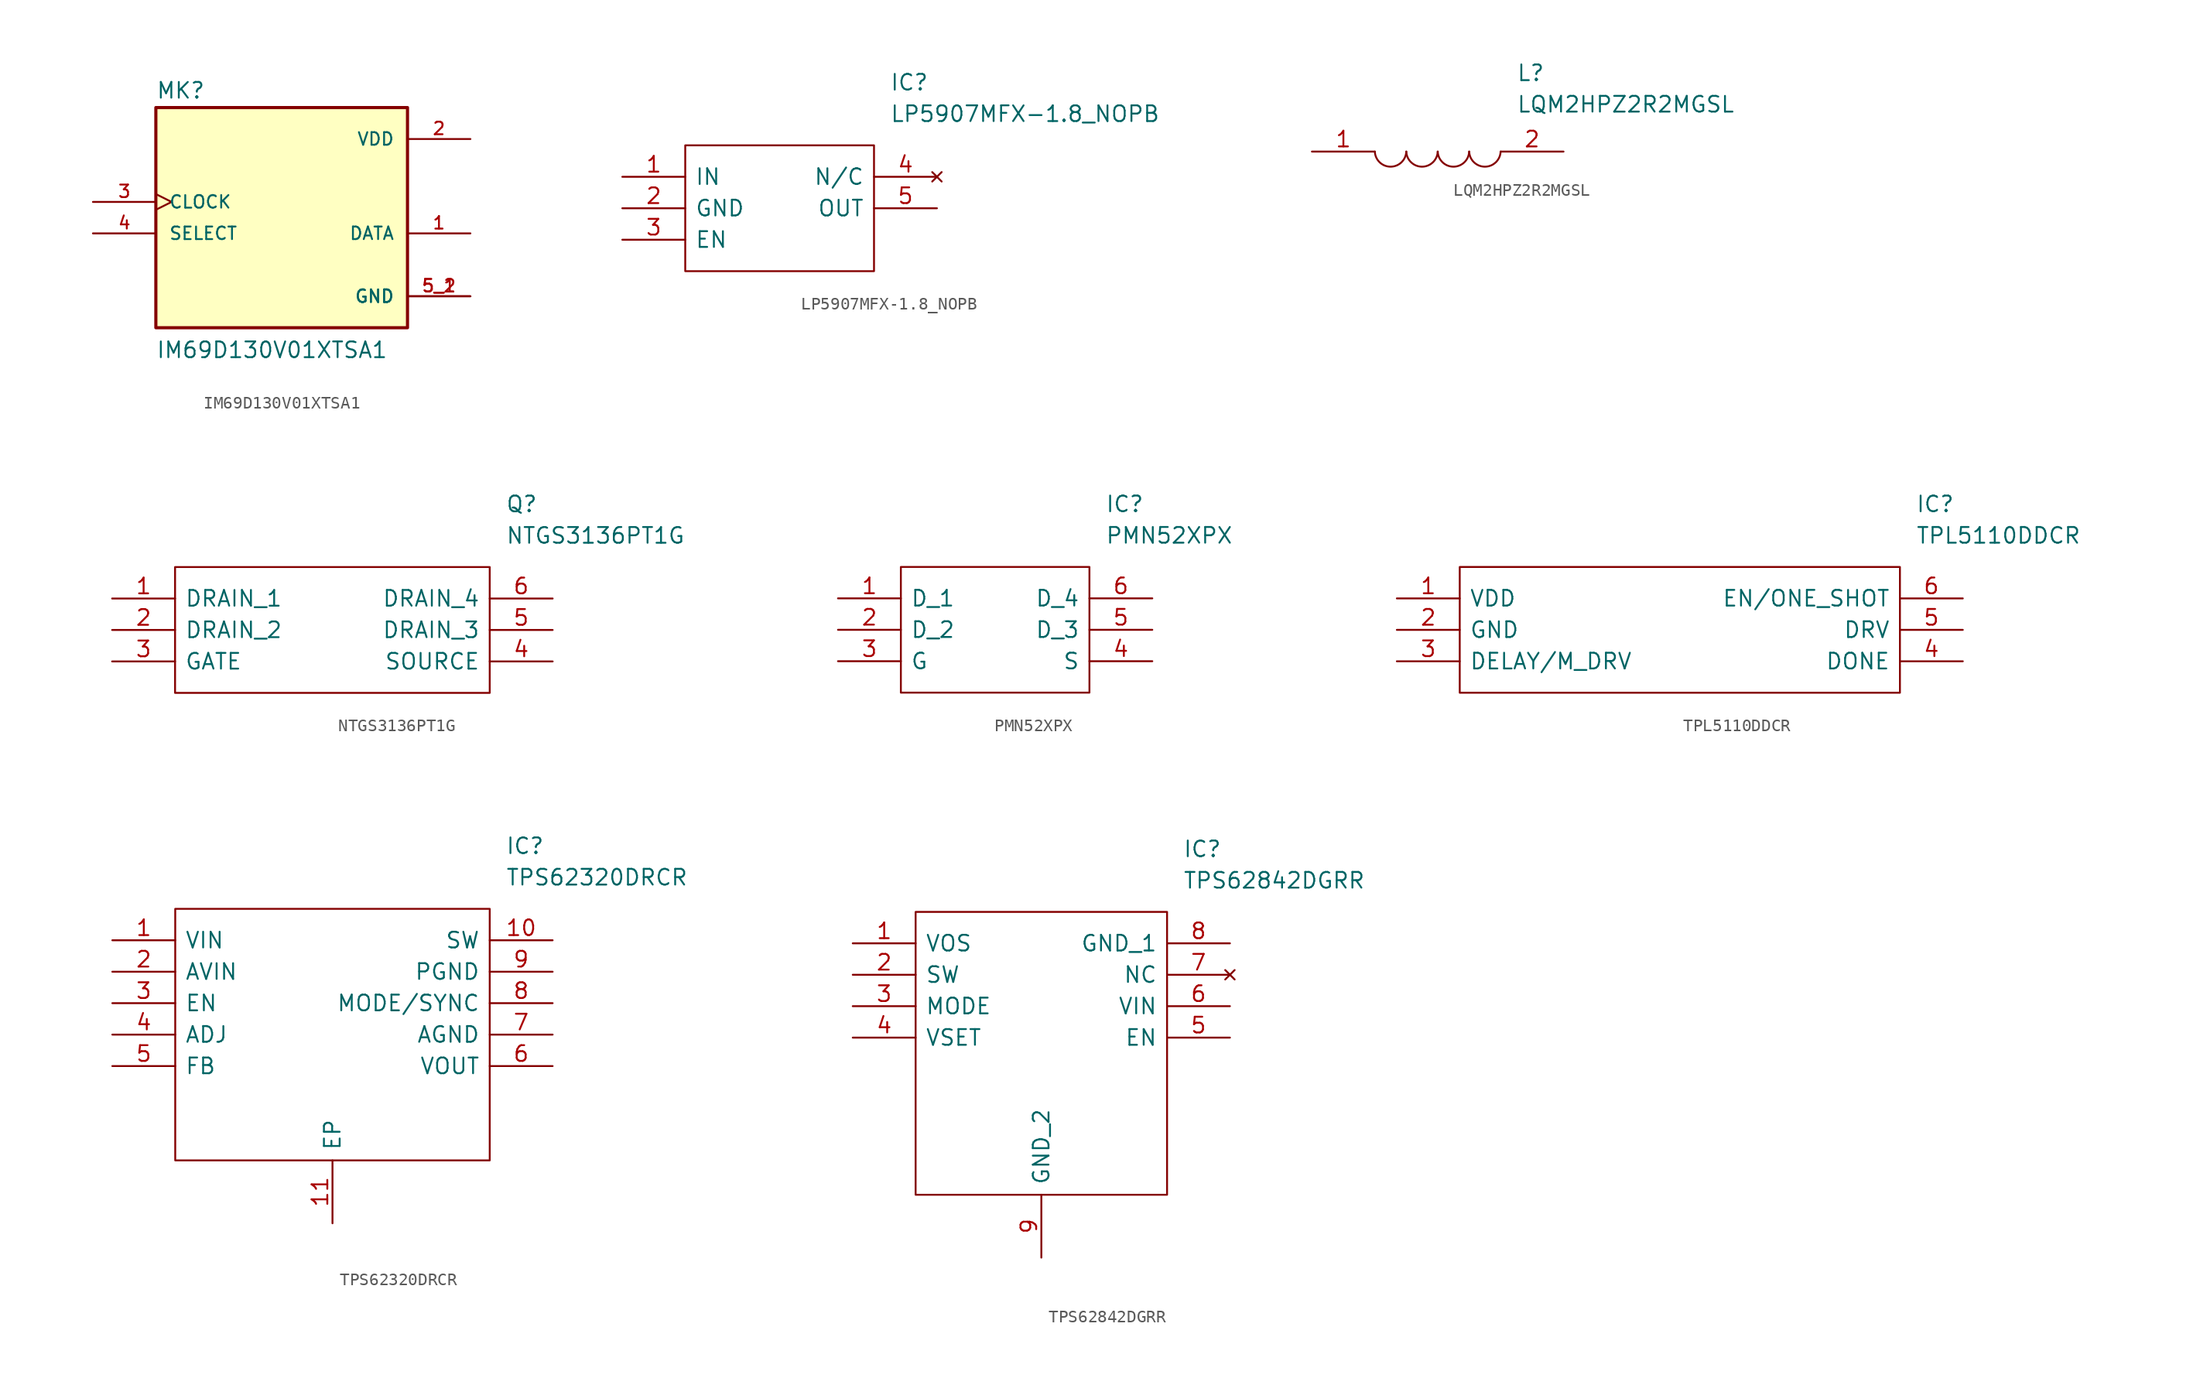
<source format=kicad_sym>
(kicad_symbol_lib
  (version 20211014)
  (generator kicad_symbol_editor)
  (symbol "IM69D130V01XTSA1"
    (pin_names
      (offset 1.016))
    (property "Reference" "MK"
      (at -10.16 10.795 0)
      (effects (font (size 1.27 1.27)) (justify left bottom)))
    (property "Value" "IM69D130V01XTSA1"
      (at -10.16 -10.16 0)
      (effects (font (size 1.27 1.27)) (justify left bottom)))
    (property "ki_locked" ""
      (at 0 0 0)
      (effects (font (size 1.27 1.27))))
    (symbol "IM69D130V01XTSA1_0_0"
      (rectangle (start -10.16 -7.62) (end 10.16 10.16) (stroke (width 0.254) (type default) (color 0 0 0 0)) (fill (type background)))
      (pin output line (at 15.24 0 180) (length 5.08) (name "DATA" (effects (font (size 1.016 1.016)))) (number "1" (effects (font (size 1.016 1.016)))))
      (pin power_in line (at 15.24 7.62 180) (length 5.08) (name "VDD" (effects (font (size 1.016 1.016)))) (number "2" (effects (font (size 1.016 1.016)))))
      (pin input clock (at -15.24 2.54 0) (length 5.08) (name "CLOCK" (effects (font (size 1.016 1.016)))) (number "3" (effects (font (size 1.016 1.016)))))
      (pin input line (at -15.24 0 0) (length 5.08) (name "SELECT" (effects (font (size 1.016 1.016)))) (number "4" (effects (font (size 1.016 1.016)))))
      (pin power_in line (at 15.24 -5.08 180) (length 5.08) (name "GND" (effects (font (size 1.016 1.016)))) (number "5_1" (effects (font (size 1.016 1.016)))))
      (pin power_in line (at 15.24 -5.08 180) (length 5.08) (name "GND" (effects (font (size 1.016 1.016)))) (number "5_2" (effects (font (size 1.016 1.016)))))))
  (symbol "LP5907MFX-1.8_NOPB"
    (pin_names
      (offset 0.762))
    (property "Reference" "IC"
      (at 21.59 7.62 0)
      (effects (font (size 1.27 1.27)) (justify left)))
    (property "Value" "LP5907MFX-1.8_NOPB"
      (at 21.59 5.08 0)
      (effects (font (size 1.27 1.27)) (justify left)))
    (symbol "LP5907MFX-1.8_NOPB_0_0"
      (pin passive line (at 0 0 0) (length 5.08) (name "IN" (effects (font (size 1.27 1.27)))) (number "1" (effects (font (size 1.27 1.27)))))
      (pin passive line (at 0 -2.54 0) (length 5.08) (name "GND" (effects (font (size 1.27 1.27)))) (number "2" (effects (font (size 1.27 1.27)))))
      (pin passive line (at 0 -5.08 0) (length 5.08) (name "EN" (effects (font (size 1.27 1.27)))) (number "3" (effects (font (size 1.27 1.27)))))
      (pin no_connect line (at 25.4 0 180) (length 5.08) (name "N/C" (effects (font (size 1.27 1.27)))) (number "4" (effects (font (size 1.27 1.27)))))
      (pin passive line (at 25.4 -2.54 180) (length 5.08) (name "OUT" (effects (font (size 1.27 1.27)))) (number "5" (effects (font (size 1.27 1.27))))))
    (symbol "LP5907MFX-1.8_NOPB_0_1"
      (polyline (pts (xy 5.08 2.54) (xy 20.32 2.54) (xy 20.32 -7.62) (xy 5.08 -7.62) (xy 5.08 2.54)) (stroke (width 0.152) (type default) (color 0 0 0 0)) (fill (type none)))))
  (symbol "LQM2HPZ2R2MGSL"
    (pin_names
      (offset 0.762))
    (property "Reference" "L"
      (at 16.51 6.35 0)
      (effects (font (size 1.27 1.27)) (justify left)))
    (property "Value" "LQM2HPZ2R2MGSL"
      (at 16.51 3.81 0)
      (effects (font (size 1.27 1.27)) (justify left)))
    (symbol "LQM2HPZ2R2MGSL_0_0"
      (pin passive line (at 0 0 0) (length 5.08) (name "~" (effects (font (size 1.27 1.27)))) (number "1" (effects (font (size 1.27 1.27)))))
      (pin passive line (at 20.32 0 180) (length 5.08) (name "~" (effects (font (size 1.27 1.27)))) (number "2" (effects (font (size 1.27 1.27))))))
    (symbol "LQM2HPZ2R2MGSL_0_1"
      (arc (start 5.08 0) (mid 6.35 -1.3218) (end 7.62 0) (stroke (width 0.1524) (type default) (color 0 0 0 0)) (fill (type none)))
      (arc (start 7.62 0) (mid 8.89 -1.3218) (end 10.16 0) (stroke (width 0.1524) (type default) (color 0 0 0 0)) (fill (type none)))
      (arc (start 10.16 0) (mid 11.43 -1.3218) (end 12.7 0) (stroke (width 0.1524) (type default) (color 0 0 0 0)) (fill (type none)))
      (arc (start 12.7 0) (mid 13.97 -1.3218) (end 15.24 0) (stroke (width 0.1524) (type default) (color 0 0 0 0)) (fill (type none)))))
  (symbol "NTGS3136PT1G"
    (pin_names
      (offset 0.762))
    (property "Reference" "Q"
      (at 31.75 7.62 0)
      (effects (font (size 1.27 1.27)) (justify left)))
    (property "Value" "NTGS3136PT1G"
      (at 31.75 5.08 0)
      (effects (font (size 1.27 1.27)) (justify left)))
    (symbol "NTGS3136PT1G_0_0"
      (pin passive line (at 0 0 0) (length 5.08) (name "DRAIN_1" (effects (font (size 1.27 1.27)))) (number "1" (effects (font (size 1.27 1.27)))))
      (pin passive line (at 0 -2.54 0) (length 5.08) (name "DRAIN_2" (effects (font (size 1.27 1.27)))) (number "2" (effects (font (size 1.27 1.27)))))
      (pin passive line (at 0 -5.08 0) (length 5.08) (name "GATE" (effects (font (size 1.27 1.27)))) (number "3" (effects (font (size 1.27 1.27)))))
      (pin passive line (at 35.56 -5.08 180) (length 5.08) (name "SOURCE" (effects (font (size 1.27 1.27)))) (number "4" (effects (font (size 1.27 1.27)))))
      (pin passive line (at 35.56 -2.54 180) (length 5.08) (name "DRAIN_3" (effects (font (size 1.27 1.27)))) (number "5" (effects (font (size 1.27 1.27)))))
      (pin passive line (at 35.56 0 180) (length 5.08) (name "DRAIN_4" (effects (font (size 1.27 1.27)))) (number "6" (effects (font (size 1.27 1.27))))))
    (symbol "NTGS3136PT1G_0_1"
      (polyline (pts (xy 5.08 2.54) (xy 30.48 2.54) (xy 30.48 -7.62) (xy 5.08 -7.62) (xy 5.08 2.54)) (stroke (width 0.152) (type default) (color 0 0 0 0)) (fill (type none)))))
  (symbol "PMN52XPX"
    (pin_names
      (offset 0.762))
    (property "Reference" "IC"
      (at 21.59 7.62 0)
      (effects (font (size 1.27 1.27)) (justify left)))
    (property "Value" "PMN52XPX"
      (at 21.59 5.08 0)
      (effects (font (size 1.27 1.27)) (justify left)))
    (symbol "PMN52XPX_0_0"
      (pin passive line (at 0 0 0) (length 5.08) (name "D_1" (effects (font (size 1.27 1.27)))) (number "1" (effects (font (size 1.27 1.27)))))
      (pin passive line (at 0 -2.54 0) (length 5.08) (name "D_2" (effects (font (size 1.27 1.27)))) (number "2" (effects (font (size 1.27 1.27)))))
      (pin passive line (at 0 -5.08 0) (length 5.08) (name "G" (effects (font (size 1.27 1.27)))) (number "3" (effects (font (size 1.27 1.27)))))
      (pin passive line (at 25.4 -5.08 180) (length 5.08) (name "S" (effects (font (size 1.27 1.27)))) (number "4" (effects (font (size 1.27 1.27)))))
      (pin passive line (at 25.4 -2.54 180) (length 5.08) (name "D_3" (effects (font (size 1.27 1.27)))) (number "5" (effects (font (size 1.27 1.27)))))
      (pin passive line (at 25.4 0 180) (length 5.08) (name "D_4" (effects (font (size 1.27 1.27)))) (number "6" (effects (font (size 1.27 1.27))))))
    (symbol "PMN52XPX_0_1"
      (polyline (pts (xy 5.08 2.54) (xy 20.32 2.54) (xy 20.32 -7.62) (xy 5.08 -7.62) (xy 5.08 2.54)) (stroke (width 0.152) (type default) (color 0 0 0 0)) (fill (type none)))))
  (symbol "TPL5110DDCR"
    (pin_names
      (offset 0.762))
    (property "Reference" "IC"
      (at 41.91 7.62 0)
      (effects (font (size 1.27 1.27)) (justify left)))
    (property "Value" "TPL5110DDCR"
      (at 41.91 5.08 0)
      (effects (font (size 1.27 1.27)) (justify left)))
    (symbol "TPL5110DDCR_0_0"
      (pin passive line (at 0 0 0) (length 5.08) (name "VDD" (effects (font (size 1.27 1.27)))) (number "1" (effects (font (size 1.27 1.27)))))
      (pin passive line (at 0 -2.54 0) (length 5.08) (name "GND" (effects (font (size 1.27 1.27)))) (number "2" (effects (font (size 1.27 1.27)))))
      (pin passive line (at 0 -5.08 0) (length 5.08) (name "DELAY/M_DRV" (effects (font (size 1.27 1.27)))) (number "3" (effects (font (size 1.27 1.27)))))
      (pin passive line (at 45.72 -5.08 180) (length 5.08) (name "DONE" (effects (font (size 1.27 1.27)))) (number "4" (effects (font (size 1.27 1.27)))))
      (pin passive line (at 45.72 -2.54 180) (length 5.08) (name "DRV" (effects (font (size 1.27 1.27)))) (number "5" (effects (font (size 1.27 1.27)))))
      (pin passive line (at 45.72 0 180) (length 5.08) (name "EN/ONE_SHOT" (effects (font (size 1.27 1.27)))) (number "6" (effects (font (size 1.27 1.27))))))
    (symbol "TPL5110DDCR_0_1"
      (polyline (pts (xy 5.08 2.54) (xy 40.64 2.54) (xy 40.64 -7.62) (xy 5.08 -7.62) (xy 5.08 2.54)) (stroke (width 0.152) (type default) (color 0 0 0 0)) (fill (type none)))))
  (symbol "TPS62320DRCR"
    (pin_names
      (offset 0.762))
    (property "Reference" "IC"
      (at 31.75 7.62 0)
      (effects (font (size 1.27 1.27)) (justify left)))
    (property "Value" "TPS62320DRCR"
      (at 31.75 5.08 0)
      (effects (font (size 1.27 1.27)) (justify left)))
    (symbol "TPS62320DRCR_0_0"
      (pin passive line (at 0 0 0) (length 5.08) (name "VIN" (effects (font (size 1.27 1.27)))) (number "1" (effects (font (size 1.27 1.27)))))
      (pin passive line (at 35.56 0 180) (length 5.08) (name "SW" (effects (font (size 1.27 1.27)))) (number "10" (effects (font (size 1.27 1.27)))))
      (pin passive line (at 17.78 -22.86 90) (length 5.08) (name "EP" (effects (font (size 1.27 1.27)))) (number "11" (effects (font (size 1.27 1.27)))))
      (pin passive line (at 0 -2.54 0) (length 5.08) (name "AVIN" (effects (font (size 1.27 1.27)))) (number "2" (effects (font (size 1.27 1.27)))))
      (pin passive line (at 0 -5.08 0) (length 5.08) (name "EN" (effects (font (size 1.27 1.27)))) (number "3" (effects (font (size 1.27 1.27)))))
      (pin passive line (at 0 -7.62 0) (length 5.08) (name "ADJ" (effects (font (size 1.27 1.27)))) (number "4" (effects (font (size 1.27 1.27)))))
      (pin passive line (at 0 -10.16 0) (length 5.08) (name "FB" (effects (font (size 1.27 1.27)))) (number "5" (effects (font (size 1.27 1.27)))))
      (pin passive line (at 35.56 -10.16 180) (length 5.08) (name "VOUT" (effects (font (size 1.27 1.27)))) (number "6" (effects (font (size 1.27 1.27)))))
      (pin passive line (at 35.56 -7.62 180) (length 5.08) (name "AGND" (effects (font (size 1.27 1.27)))) (number "7" (effects (font (size 1.27 1.27)))))
      (pin passive line (at 35.56 -5.08 180) (length 5.08) (name "MODE/SYNC" (effects (font (size 1.27 1.27)))) (number "8" (effects (font (size 1.27 1.27)))))
      (pin passive line (at 35.56 -2.54 180) (length 5.08) (name "PGND" (effects (font (size 1.27 1.27)))) (number "9" (effects (font (size 1.27 1.27))))))
    (symbol "TPS62320DRCR_0_1"
      (polyline (pts (xy 5.08 2.54) (xy 30.48 2.54) (xy 30.48 -17.78) (xy 5.08 -17.78) (xy 5.08 2.54)) (stroke (width 0.152) (type default) (color 0 0 0 0)) (fill (type none)))))
  (symbol "TPS62842DGRR"
    (pin_names
      (offset 0.762))
    (property "Reference" "IC"
      (at 26.67 7.62 0)
      (effects (font (size 1.27 1.27)) (justify left)))
    (property "Value" "TPS62842DGRR"
      (at 26.67 5.08 0)
      (effects (font (size 1.27 1.27)) (justify left)))
    (symbol "TPS62842DGRR_0_0"
      (pin passive line (at 0 0 0) (length 5.08) (name "VOS" (effects (font (size 1.27 1.27)))) (number "1" (effects (font (size 1.27 1.27)))))
      (pin passive line (at 0 -2.54 0) (length 5.08) (name "SW" (effects (font (size 1.27 1.27)))) (number "2" (effects (font (size 1.27 1.27)))))
      (pin passive line (at 0 -5.08 0) (length 5.08) (name "MODE" (effects (font (size 1.27 1.27)))) (number "3" (effects (font (size 1.27 1.27)))))
      (pin passive line (at 0 -7.62 0) (length 5.08) (name "VSET" (effects (font (size 1.27 1.27)))) (number "4" (effects (font (size 1.27 1.27)))))
      (pin passive line (at 30.48 -7.62 180) (length 5.08) (name "EN" (effects (font (size 1.27 1.27)))) (number "5" (effects (font (size 1.27 1.27)))))
      (pin passive line (at 30.48 -5.08 180) (length 5.08) (name "VIN" (effects (font (size 1.27 1.27)))) (number "6" (effects (font (size 1.27 1.27)))))
      (pin no_connect line (at 30.48 -2.54 180) (length 5.08) (name "NC" (effects (font (size 1.27 1.27)))) (number "7" (effects (font (size 1.27 1.27)))))
      (pin passive line (at 30.48 0 180) (length 5.08) (name "GND_1" (effects (font (size 1.27 1.27)))) (number "8" (effects (font (size 1.27 1.27)))))
      (pin passive line (at 15.24 -25.4 90) (length 5.08) (name "GND_2" (effects (font (size 1.27 1.27)))) (number "9" (effects (font (size 1.27 1.27))))))
    (symbol "TPS62842DGRR_0_1"
      (polyline (pts (xy 5.08 2.54) (xy 25.4 2.54) (xy 25.4 -20.32) (xy 5.08 -20.32) (xy 5.08 2.54)) (stroke (width 0.152) (type default) (color 0 0 0 0)) (fill (type none))))))
</source>
